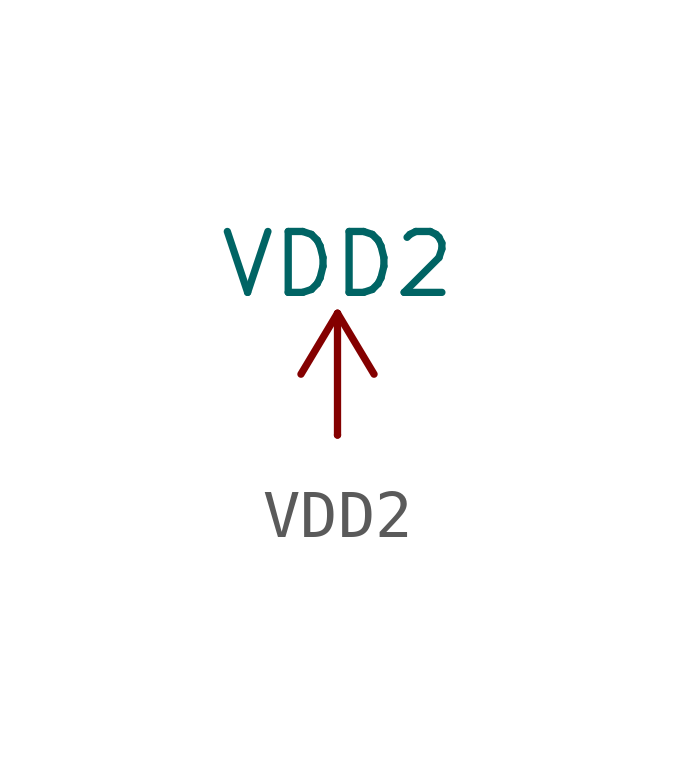
<source format=kicad_sym>
(kicad_symbol_lib
  (version 20231120)
  (generator "kicad_symbol_editor")
  (generator_version "8.0")
  (symbol "VDD2"
    (power)
    (pin_numbers hide)
    (pin_names
      (offset 0) hide)
    (property "Reference" "#PWR"
      (at 0 -3.81 0)
      (effects (font (size 1.27 1.27)) (hide yes)))
    (property "Value" "VDD2"
      (at 0 3.556 0)
      (effects (font (size 1.27 1.27))))
    (symbol "VDD2_0_1"
      (polyline (pts (xy -0.762 1.27) (xy 0 2.54)) (stroke (width 0) (type default)) (fill (type none)))
      (polyline (pts (xy 0 0) (xy 0 2.54)) (stroke (width 0) (type default)) (fill (type none)))
      (polyline (pts (xy 0 2.54) (xy 0.762 1.27)) (stroke (width 0) (type default)) (fill (type none))))
    (symbol "VDD2_1_1"
      (pin power_in line (at 0 0 90) (length 0) (name "~" (effects (font (size 1.27 1.27)))) (number "1" (effects (font (size 1.27 1.27))))))))
</source>
